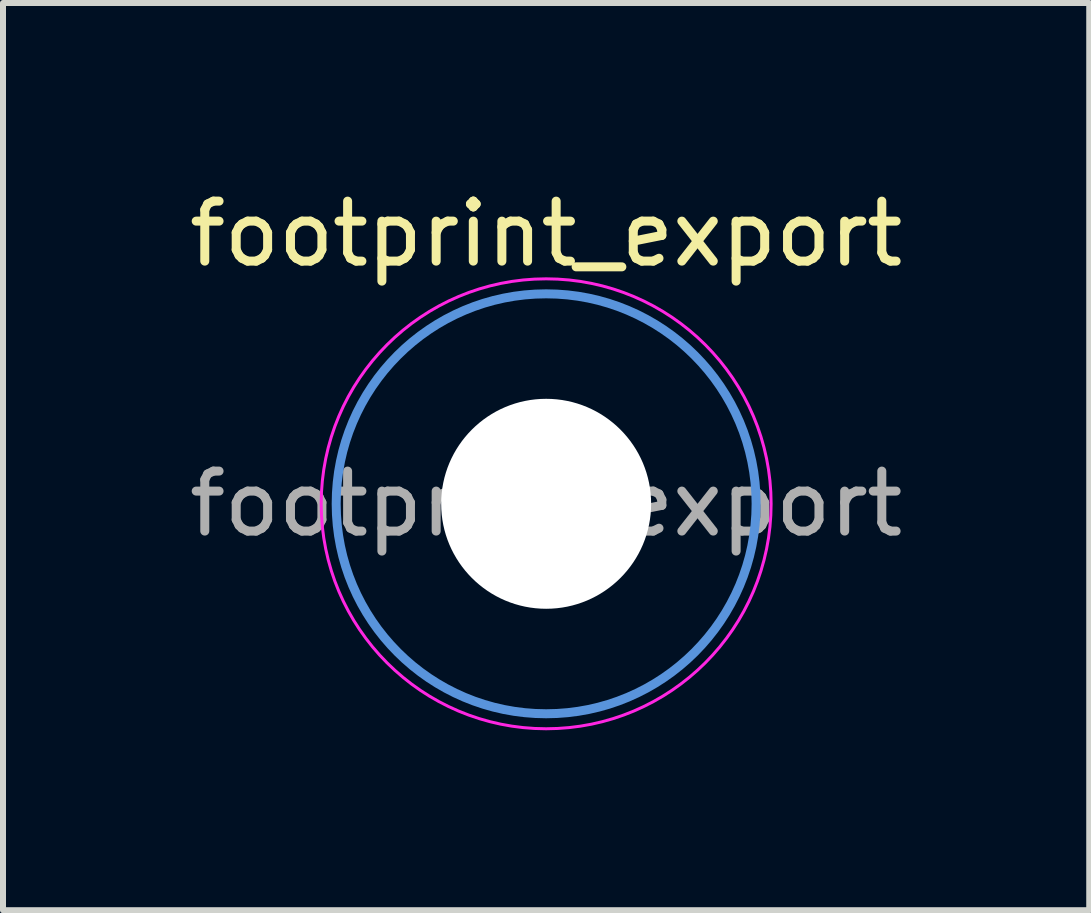
<source format=kicad_pcb>
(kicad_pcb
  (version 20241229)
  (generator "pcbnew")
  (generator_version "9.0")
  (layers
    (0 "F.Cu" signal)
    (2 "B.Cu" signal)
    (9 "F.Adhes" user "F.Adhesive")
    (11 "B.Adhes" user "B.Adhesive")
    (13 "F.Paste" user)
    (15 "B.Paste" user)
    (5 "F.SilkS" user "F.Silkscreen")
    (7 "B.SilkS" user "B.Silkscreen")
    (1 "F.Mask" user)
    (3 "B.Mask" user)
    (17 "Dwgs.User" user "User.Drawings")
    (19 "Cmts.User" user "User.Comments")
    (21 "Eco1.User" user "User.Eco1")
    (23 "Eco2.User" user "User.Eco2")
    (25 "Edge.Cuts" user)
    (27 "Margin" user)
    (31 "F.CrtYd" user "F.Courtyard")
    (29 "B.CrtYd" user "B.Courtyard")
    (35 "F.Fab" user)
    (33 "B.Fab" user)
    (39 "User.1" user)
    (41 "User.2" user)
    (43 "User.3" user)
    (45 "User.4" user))
  (footprint "footprint_export"
    (layer "F.Cu")
    (at 6.054 5.348)
    (property "Reference" "footprint_export" (at 0 -4.5 0) (layer "F.SilkS") (effects (font (size 1 1) (thickness 0.15))))
    (attr exclude_from_pos_files exclude_from_bom)
    (fp_circle (center 0 0) (end 3.5 0) (stroke (width 0.15) (type solid)) (fill no) (layer "Cmts.User"))
    (fp_circle (center 0 0) (end 3.75 0) (stroke (width 0.05) (type solid)) (fill no) (layer "F.CrtYd"))
    (fp_text user "${REFERENCE}" (at 0 0 0) (layer "F.Fab") (effects (font (size 1 1) (thickness 0.15))))
    (pad "" np_thru_hole circle (at 0 0) (size 3.5 3.5) (drill 3.5) (layers "*.Cu" "*.Mask")))
  (gr_rect
    (start -3 -3)
    (end 15.107 12.123)
    (stroke (width 0.1) (type default))
    (fill no)
    (layer "Edge.Cuts")))
</source>
